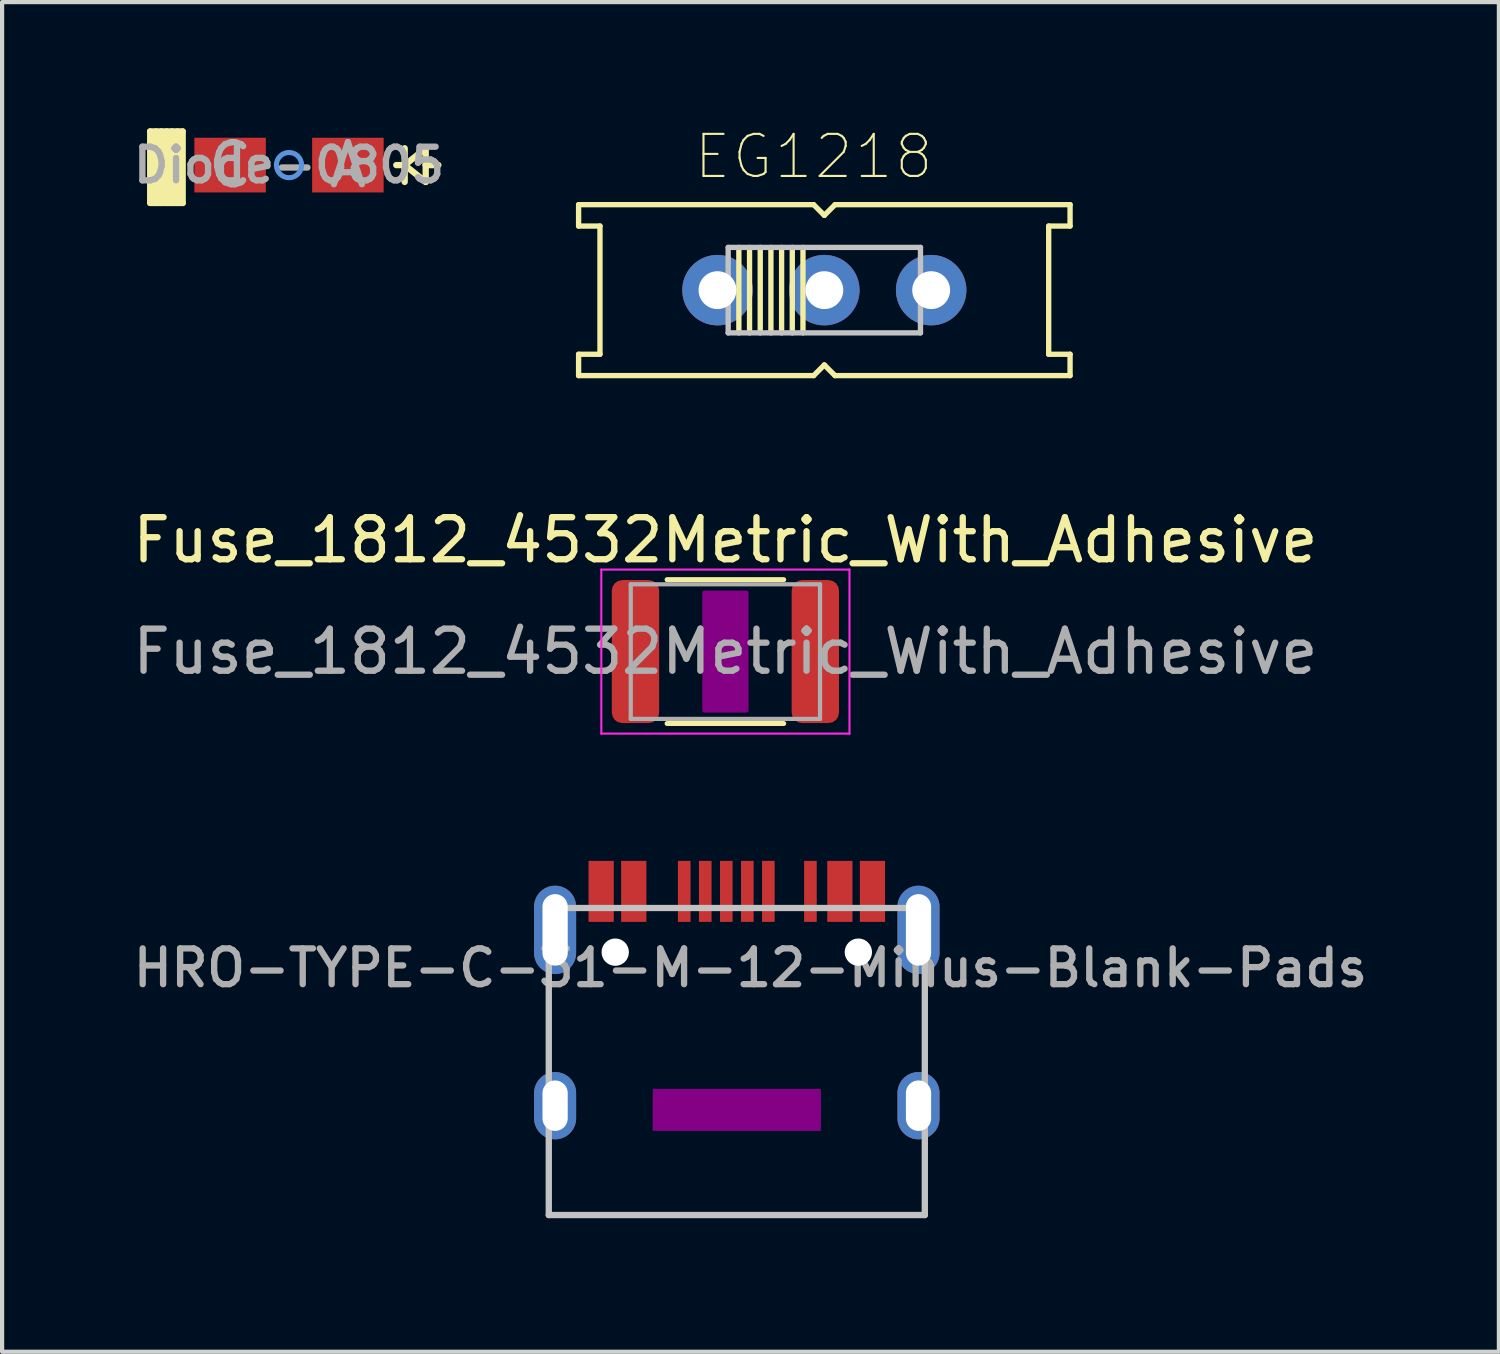
<source format=kicad_pcb>
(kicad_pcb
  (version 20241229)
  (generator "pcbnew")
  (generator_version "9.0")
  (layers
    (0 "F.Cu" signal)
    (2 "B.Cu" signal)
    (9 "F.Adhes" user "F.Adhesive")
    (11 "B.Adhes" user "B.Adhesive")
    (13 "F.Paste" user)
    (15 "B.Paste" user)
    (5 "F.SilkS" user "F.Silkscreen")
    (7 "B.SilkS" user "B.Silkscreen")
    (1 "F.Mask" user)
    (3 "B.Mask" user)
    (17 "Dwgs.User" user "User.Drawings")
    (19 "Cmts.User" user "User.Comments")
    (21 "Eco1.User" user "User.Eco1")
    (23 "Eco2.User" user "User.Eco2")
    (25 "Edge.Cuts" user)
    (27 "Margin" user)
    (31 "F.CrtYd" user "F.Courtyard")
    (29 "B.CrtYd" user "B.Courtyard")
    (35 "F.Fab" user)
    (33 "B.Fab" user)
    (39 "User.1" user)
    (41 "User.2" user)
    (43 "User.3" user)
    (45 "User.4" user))
  (footprint "EG1218"
    (layer "F.Cu")
    (at 16.548 3.848)
    (property "Reference" "EG1218" (at -0.254 -3.175 0) (layer "F.SilkS") (effects (font (size 1 1) (thickness 0.05))))
    (attr through_hole)
    (fp_line (start -5.842 -2.032) (end -0.254 -2.032) (stroke (width 0.127) (type solid)) (layer "F.SilkS"))
    (fp_line (start -5.842 -1.524) (end -5.842 -2.032) (stroke (width 0.127) (type solid)) (layer "F.SilkS"))
    (fp_line (start -5.842 1.524) (end -5.334 1.524) (stroke (width 0.127) (type solid)) (layer "F.SilkS"))
    (fp_line (start -5.842 2.032) (end -5.842 1.524) (stroke (width 0.127) (type solid)) (layer "F.SilkS"))
    (fp_line (start -5.334 -1.524) (end -5.842 -1.524) (stroke (width 0.127) (type solid)) (layer "F.SilkS"))
    (fp_line (start -5.334 1.524) (end -5.334 -1.524) (stroke (width 0.127) (type solid)) (layer "F.SilkS"))
    (fp_line (start -2.032 -1.016) (end -2.032 1.016) (stroke (width 0.127) (type solid)) (layer "F.SilkS"))
    (fp_line (start -1.778 1.016) (end -1.778 -1.016) (stroke (width 0.127) (type solid)) (layer "F.SilkS"))
    (fp_line (start -1.524 -1.016) (end -1.524 1.016) (stroke (width 0.127) (type solid)) (layer "F.SilkS"))
    (fp_line (start -1.27 1.016) (end -1.27 -1.016) (stroke (width 0.127) (type solid)) (layer "F.SilkS"))
    (fp_line (start -1.016 -1.016) (end -1.016 1.016) (stroke (width 0.127) (type solid)) (layer "F.SilkS"))
    (fp_line (start -0.762 1.016) (end -0.762 -1.016) (stroke (width 0.127) (type solid)) (layer "F.SilkS"))
    (fp_line (start -0.508 -1.016) (end -0.508 1.016) (stroke (width 0.127) (type solid)) (layer "F.SilkS"))
    (fp_line (start -0.254 -2.032) (end 0 -1.778) (stroke (width 0.127) (type solid)) (layer "F.SilkS"))
    (fp_line (start -0.254 2.032) (end -5.842 2.032) (stroke (width 0.127) (type solid)) (layer "F.SilkS"))
    (fp_line (start 0 -1.778) (end 0.254 -2.032) (stroke (width 0.127) (type solid)) (layer "F.SilkS"))
    (fp_line (start 0 1.778) (end -0.254 2.032) (stroke (width 0.127) (type solid)) (layer "F.SilkS"))
    (fp_line (start 0.254 -2.032) (end 5.842 -2.032) (stroke (width 0.127) (type solid)) (layer "F.SilkS"))
    (fp_line (start 0.254 2.032) (end 0 1.778) (stroke (width 0.127) (type solid)) (layer "F.SilkS"))
    (fp_line (start 5.334 -1.524) (end 5.334 1.524) (stroke (width 0.127) (type solid)) (layer "F.SilkS"))
    (fp_line (start 5.334 1.524) (end 5.842 1.524) (stroke (width 0.127) (type solid)) (layer "F.SilkS"))
    (fp_line (start 5.842 -2.032) (end 5.842 -1.524) (stroke (width 0.127) (type solid)) (layer "F.SilkS"))
    (fp_line (start 5.842 -1.524) (end 5.334 -1.524) (stroke (width 0.127) (type solid)) (layer "F.SilkS"))
    (fp_line (start 5.842 1.524) (end 5.842 2.032) (stroke (width 0.127) (type solid)) (layer "F.SilkS"))
    (fp_line (start 5.842 2.032) (end 0.254 2.032) (stroke (width 0.127) (type solid)) (layer "F.SilkS"))
    (fp_line (start -2.286 -1.016) (end 2.286 -1.016) (stroke (width 0.127) (type solid)) (layer "Dwgs.User"))
    (fp_line (start -2.286 1.016) (end -2.286 -1.016) (stroke (width 0.127) (type solid)) (layer "Dwgs.User"))
    (fp_line (start 2.286 -1.016) (end 2.286 1.016) (stroke (width 0.127) (type solid)) (layer "Dwgs.User"))
    (fp_line (start 2.286 1.016) (end -2.286 1.016) (stroke (width 0.127) (type solid)) (layer "Dwgs.User"))
    (pad "1" thru_hole circle (at -2.54 0) (size 1.676 1.676) (drill 0.9) (layers "*.Cu" "*.Mask"))
    (pad "2" thru_hole circle (at 0 0) (size 1.676 1.676) (drill 0.9) (layers "*.Cu" "*.Mask"))
    (pad "3" thru_hole circle (at 2.54 0) (size 1.676 1.676) (drill 0.9) (layers "*.Cu" "*.Mask")))
  (footprint "Diode-0805"
    (layer "F.Cu")
    (at 3.821 0.875)
    (property "Reference" "Diode-0805" (at 0 0 0) (layer "F.Fab") (effects (font (size 0.8 0.8) (thickness 0.15))))
    (attr smd)
    (fp_line (start -3.3 -0.8) (end -3.3 0.9) (stroke (width 0.15) (type solid)) (layer "F.SilkS"))
    (fp_line (start -3.163 -0.8) (end -3.163 0.9) (stroke (width 0.15) (type solid)) (layer "F.SilkS"))
    (fp_line (start -3.036 0.9) (end -3.036 -0.8) (stroke (width 0.15) (type solid)) (layer "F.SilkS"))
    (fp_line (start -2.909 -0.8) (end -2.909 0.9) (stroke (width 0.15) (type solid)) (layer "F.SilkS"))
    (fp_line (start -2.782 0.9) (end -2.782 -0.8) (stroke (width 0.15) (type solid)) (layer "F.SilkS"))
    (fp_line (start -2.655 -0.8) (end -2.655 0.9) (stroke (width 0.15) (type solid)) (layer "F.SilkS"))
    (fp_line (start -2.528 -0.8) (end -3.303 -0.8) (stroke (width 0.15) (type solid)) (layer "F.SilkS"))
    (fp_line (start -2.528 -0.8) (end -2.528 0.9) (stroke (width 0.15) (type solid)) (layer "F.SilkS"))
    (fp_line (start -2.525 0.9) (end -3.3 0.9) (stroke (width 0.15) (type solid)) (layer "F.SilkS"))
    (fp_line (start 2.75 -0.4) (end 2.75 0.4) (stroke (width 0.15) (type solid)) (layer "F.SilkS"))
    (fp_line (start 2.75 -0.000002) (end 2.55 0) (stroke (width 0.15) (type solid)) (layer "F.SilkS"))
    (fp_line (start 2.75 -0.000002) (end 3.25 -0.4) (stroke (width 0.15) (type solid)) (layer "F.SilkS"))
    (fp_line (start 3.25 -0.4) (end 3.25 0) (stroke (width 0.15) (type solid)) (layer "F.SilkS"))
    (fp_line (start 3.25 0.4) (end 2.75 -0.000002) (stroke (width 0.15) (type solid)) (layer "F.SilkS"))
    (fp_line (start 3.25 0) (end 3.25 0.4) (stroke (width 0.15) (type solid)) (layer "F.SilkS"))
    (fp_line (start 3.55 0) (end 3.25 0) (stroke (width 0.15) (type solid)) (layer "F.SilkS"))
    (fp_circle (center 0 0) (end 0.3 0) (stroke (width 0.12) (type solid)) (fill no) (layer "Cmts.User"))
    (fp_text user "C" (at -1.4 0 0) (layer "F.Fab") (effects (font (size 1 1) (thickness 0.15))))
    (fp_text user "A" (at 1.4 0 0) (layer "F.Fab") (effects (font (size 1 1) (thickness 0.15))))
    (pad "1" smd rect (at 1.4 0) (size 1.7 1.3) (layers "F.Cu" "F.Mask" "F.Paste"))
    (pad "2" smd rect (at -1.4 0) (size 1.7 1.3) (layers "F.Cu" "F.Mask" "F.Paste")))
  (footprint "Fuse_1812_4532Metric_With_Adhesive"
    (layer "F.Cu")
    (at 14.196 12.441)
    (property "Reference" "Fuse_1812_4532Metric_With_Adhesive" (at 0 -2.65 0) (layer "F.SilkS") (effects (font (size 1 1) (thickness 0.15))))
    (attr smd)
    (fp_line (start -1.386 -1.71) (end 1.386 -1.71) (stroke (width 0.12) (type solid)) (layer "F.SilkS"))
    (fp_line (start -1.386 1.71) (end 1.386 1.71) (stroke (width 0.12) (type solid)) (layer "F.SilkS"))
    (fp_poly (pts (xy -0.5 -1.4) (xy 0.5 -1.4) (xy 0.5 1.4) (xy -0.5 1.4)) (stroke (width 0.1) (type solid)) (fill yes) (layer "F.Adhes"))
    (fp_line (start -2.95 -1.95) (end 2.95 -1.95) (stroke (width 0.05) (type solid)) (layer "F.CrtYd"))
    (fp_line (start -2.95 1.95) (end -2.95 -1.95) (stroke (width 0.05) (type solid)) (layer "F.CrtYd"))
    (fp_line (start 2.95 -1.95) (end 2.95 1.95) (stroke (width 0.05) (type solid)) (layer "F.CrtYd"))
    (fp_line (start 2.95 1.95) (end -2.95 1.95) (stroke (width 0.05) (type solid)) (layer "F.CrtYd"))
    (fp_line (start -2.25 -1.6) (end 2.25 -1.6) (stroke (width 0.1) (type solid)) (layer "F.Fab"))
    (fp_line (start -2.25 1.6) (end -2.25 -1.6) (stroke (width 0.1) (type solid)) (layer "F.Fab"))
    (fp_line (start 2.25 -1.6) (end 2.25 1.6) (stroke (width 0.1) (type solid)) (layer "F.Fab"))
    (fp_line (start 2.25 1.6) (end -2.25 1.6) (stroke (width 0.1) (type solid)) (layer "F.Fab"))
    (fp_text user "${REFERENCE}" (at 0 0 0) (layer "F.Fab") (effects (font (size 1 1) (thickness 0.15))))
    (pad "1" smd roundrect (at -2.138 0) (size 1.125 3.4) (layers "F.Cu" "F.Mask" "F.Paste") (roundrect_rratio 0.222))
    (pad "2" smd roundrect (at 2.138 0) (size 1.125 3.4) (layers "F.Cu" "F.Mask" "F.Paste") (roundrect_rratio 0.222)))
  (footprint "HRO-TYPE-C-31-M-12-Minus-Blank-Pads"
    (layer "F.Cu")
    (at 14.467 25.837)
    (property "Reference" "HRO-TYPE-C-31-M-12-Minus-Blank-Pads" (at 0.325 -5.875 180) (layer "F.Fab") (effects (font (size 0.85 0.85) (thickness 0.15))))
    (attr through_hole)
    (fp_poly (pts (xy -2 -3) (xy 2 -3) (xy 2 -2) (xy -2 -2)) (stroke (width 0) (type solid)) (fill yes) (layer "F.Adhes"))
    (fp_line (start -4.47 -7.3) (end 4.47 -7.3) (stroke (width 0.15) (type solid)) (layer "Dwgs.User"))
    (fp_line (start -4.47 0) (end -4.47 -7.3) (stroke (width 0.15) (type solid)) (layer "Dwgs.User"))
    (fp_line (start -4.47 0) (end 4.47 0) (stroke (width 0.15) (type solid)) (layer "Dwgs.User"))
    (fp_line (start 4.47 0) (end 4.47 -7.3) (stroke (width 0.15) (type solid)) (layer "Dwgs.User"))
    (pad "" np_thru_hole circle (at -2.89 -6.25) (size 0.65 0.65) (drill 0.65) (layers "*.Cu" "*.Mask"))
    (pad "" np_thru_hole circle (at 2.89 -6.25) (size 0.65 0.65) (drill 0.65) (layers "*.Cu" "*.Mask"))
    (pad "1" smd rect (at -3.225 -7.695) (size 0.6 1.45) (layers "F.Cu" "F.Mask" "F.Paste"))
    (pad "2" smd rect (at -2.45 -7.695) (size 0.6 1.45) (layers "F.Cu" "F.Mask" "F.Paste"))
    (pad "4" smd rect (at -1.25 -7.695) (size 0.3 1.45) (layers "F.Cu" "F.Mask" "F.Paste"))
    (pad "5" smd rect (at -0.75 -7.695) (size 0.3 1.45) (layers "F.Cu" "F.Mask" "F.Paste"))
    (pad "6" smd rect (at -0.25 -7.695) (size 0.3 1.45) (layers "F.Cu" "F.Mask" "F.Paste"))
    (pad "7" smd rect (at 0.25 -7.695) (size 0.3 1.45) (layers "F.Cu" "F.Mask" "F.Paste"))
    (pad "8" smd rect (at 0.75 -7.695) (size 0.3 1.45) (layers "F.Cu" "F.Mask" "F.Paste"))
    (pad "10" smd rect (at 1.75 -7.695) (size 0.3 1.45) (layers "F.Cu" "F.Mask" "F.Paste"))
    (pad "11" smd rect (at 2.45 -7.695) (size 0.6 1.45) (layers "F.Cu" "F.Mask" "F.Paste"))
    (pad "12" smd rect (at 3.225 -7.695) (size 0.6 1.45) (layers "F.Cu" "F.Mask" "F.Paste"))
    (pad "13" thru_hole oval (at -4.32 -6.78) (size 1 2.1) (drill oval 0.6 1.7) (layers "*.Cu" "*.Mask"))
    (pad "13" thru_hole oval (at -4.32 -2.6) (size 1 1.6) (drill oval 0.6 1.2) (layers "*.Cu" "*.Mask"))
    (pad "13" thru_hole oval (at 4.32 -6.78) (size 1 2.1) (drill oval 0.6 1.7) (layers "*.Cu" "*.Mask"))
    (pad "13" thru_hole oval (at 4.32 -2.6) (size 1 1.6) (drill oval 0.6 1.2) (layers "*.Cu" "*.Mask")))
  (gr_rect
    (start -3 -3)
    (end 32.585 29.087)
    (stroke (width 0.1) (type default))
    (fill no)
    (layer "Edge.Cuts")))
</source>
